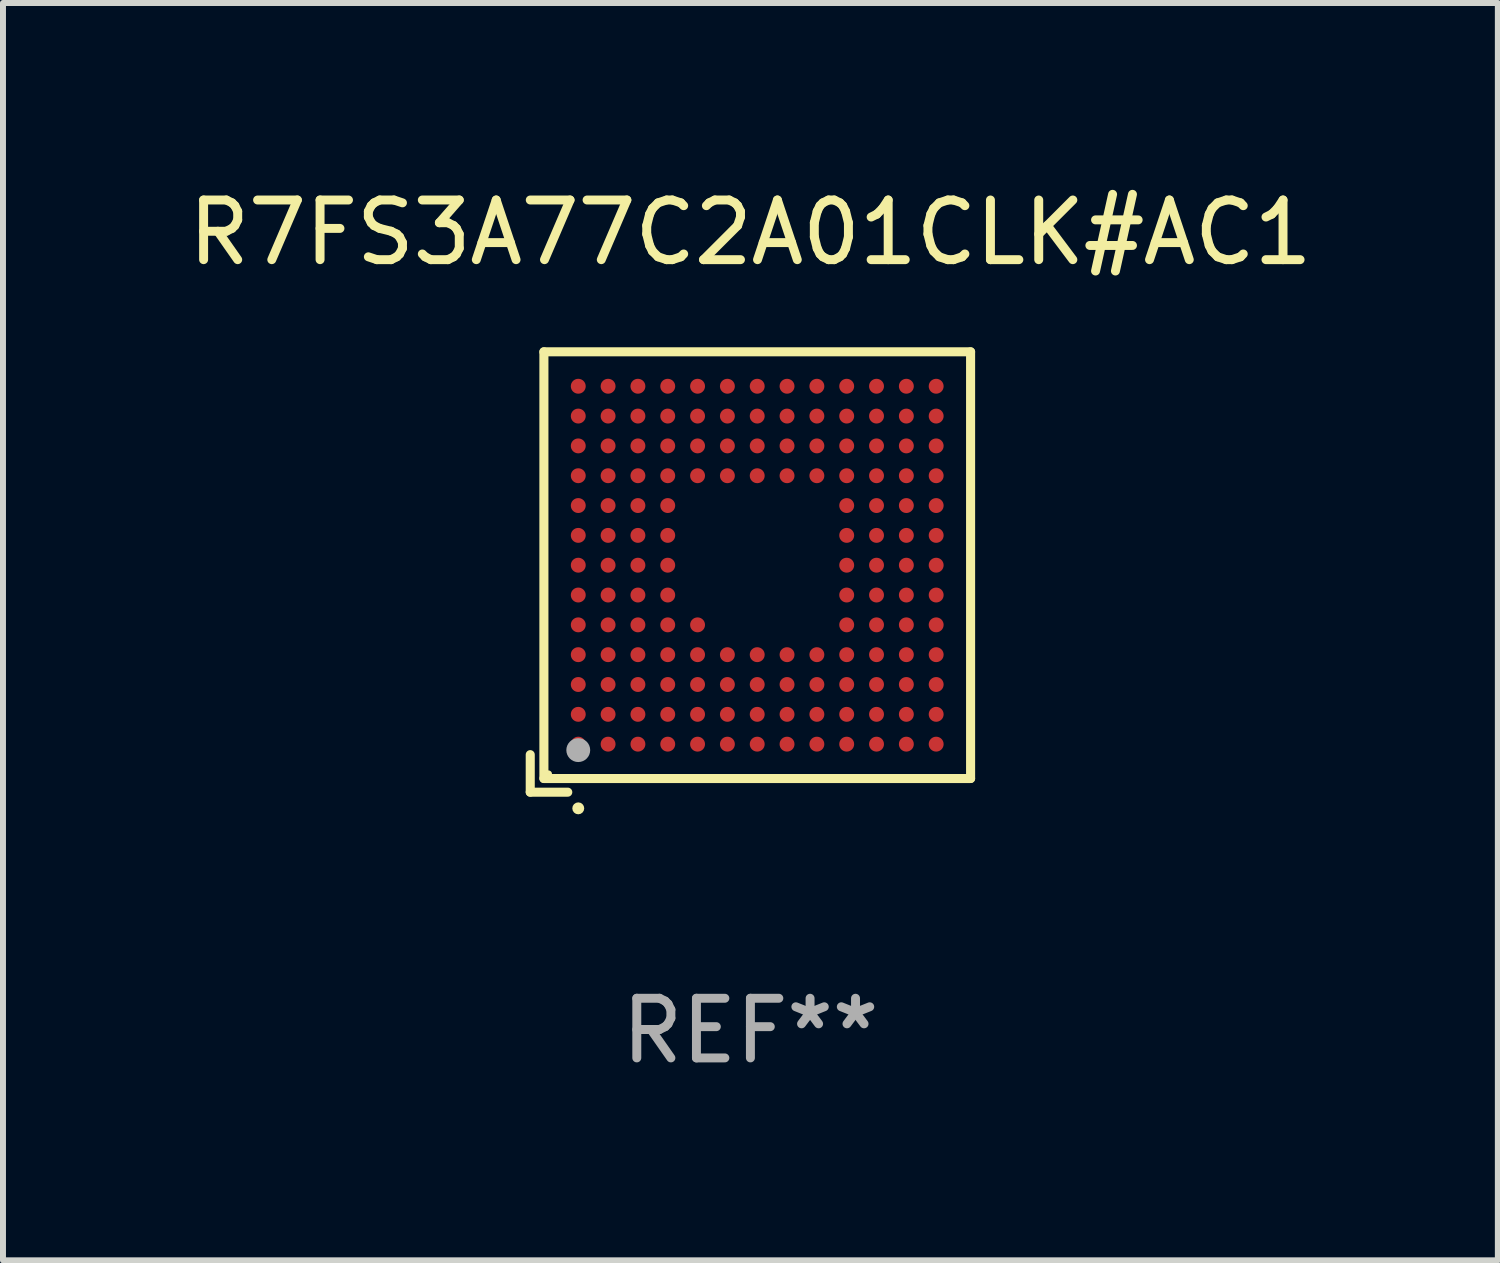
<source format=kicad_pcb>
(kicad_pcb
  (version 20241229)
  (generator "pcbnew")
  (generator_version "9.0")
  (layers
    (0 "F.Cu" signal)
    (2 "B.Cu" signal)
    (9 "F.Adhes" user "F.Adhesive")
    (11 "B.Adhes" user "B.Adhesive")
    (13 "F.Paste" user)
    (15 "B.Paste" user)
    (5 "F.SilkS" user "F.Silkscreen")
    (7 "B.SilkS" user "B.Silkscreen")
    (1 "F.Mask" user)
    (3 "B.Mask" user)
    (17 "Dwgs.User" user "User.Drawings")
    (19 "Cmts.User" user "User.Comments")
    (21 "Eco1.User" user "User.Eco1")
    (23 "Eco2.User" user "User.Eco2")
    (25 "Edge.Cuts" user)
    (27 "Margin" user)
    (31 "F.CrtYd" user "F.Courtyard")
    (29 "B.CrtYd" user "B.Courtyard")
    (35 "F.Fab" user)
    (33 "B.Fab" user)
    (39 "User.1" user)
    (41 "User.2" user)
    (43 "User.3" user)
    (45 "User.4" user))
  (footprint "R7FS3A77C2A01CLK#AC1"
    (layer "F.Cu")
    (at 9.53 6.539)
    (property "Reference" "R7FS3A77C2A01CLK#AC1" (at 0 -5.691 0) (layer "F.SilkS") (effects (font (size 1 1) (thickness 0.15))))
    (attr through_hole)
    (fp_line (start -3.691 3.062) (end -3.691 3.691) (stroke (width 0.152) (type solid)) (layer "F.SilkS"))
    (fp_line (start -3.691 3.691) (end -3.062 3.691) (stroke (width 0.152) (type solid)) (layer "F.SilkS"))
    (fp_line (start -3.462 -3.691) (end 3.691 -3.691) (stroke (width 0.152) (type solid)) (layer "F.SilkS"))
    (fp_line (start -3.462 3.462) (end -3.462 -3.691) (stroke (width 0.152) (type solid)) (layer "F.SilkS"))
    (fp_line (start 3.691 -3.691) (end 3.691 3.462) (stroke (width 0.152) (type solid)) (layer "F.SilkS"))
    (fp_line (start 3.691 3.462) (end -3.462 3.462) (stroke (width 0.152) (type solid)) (layer "F.SilkS"))
    (fp_circle (center -3.386 3.386) (end -3.356 3.386) (stroke (width 0.06) (type solid)) (fill no) (layer "F.SilkS"))
    (fp_circle (center -2.886 3.962) (end -2.836 3.962) (stroke (width 0.1) (type solid)) (fill no) (layer "F.SilkS"))
    (fp_circle (center -2.886 2.986) (end -2.786 2.986) (stroke (width 0.2) (type solid)) (fill no) (layer "F.Fab"))
    (fp_text user "REF**" (at 0 7.691 0) (layer "F.Fab") (effects (font (size 1 1) (thickness 0.15))))
    (pad "A1" smd circle (at -2.886 2.886) (size 0.25 0.25) (layers "F.Cu" "F.Mask" "F.Paste"))
    (pad "A2" smd circle (at -2.886 2.386) (size 0.25 0.25) (layers "F.Cu" "F.Mask" "F.Paste"))
    (pad "A3" smd circle (at -2.886 1.886) (size 0.25 0.25) (layers "F.Cu" "F.Mask" "F.Paste"))
    (pad "A4" smd circle (at -2.886 1.386) (size 0.25 0.25) (layers "F.Cu" "F.Mask" "F.Paste"))
    (pad "A5" smd circle (at -2.886 0.886) (size 0.25 0.25) (layers "F.Cu" "F.Mask" "F.Paste"))
    (pad "A6" smd circle (at -2.886 0.386) (size 0.25 0.25) (layers "F.Cu" "F.Mask" "F.Paste"))
    (pad "A7" smd circle (at -2.886 -0.114) (size 0.25 0.25) (layers "F.Cu" "F.Mask" "F.Paste"))
    (pad "A8" smd circle (at -2.886 -0.614) (size 0.25 0.25) (layers "F.Cu" "F.Mask" "F.Paste"))
    (pad "A9" smd circle (at -2.886 -1.114) (size 0.25 0.25) (layers "F.Cu" "F.Mask" "F.Paste"))
    (pad "A10" smd circle (at -2.886 -1.614) (size 0.25 0.25) (layers "F.Cu" "F.Mask" "F.Paste"))
    (pad "A11" smd circle (at -2.886 -2.114) (size 0.25 0.25) (layers "F.Cu" "F.Mask" "F.Paste"))
    (pad "A12" smd circle (at -2.886 -2.614) (size 0.25 0.25) (layers "F.Cu" "F.Mask" "F.Paste"))
    (pad "A13" smd circle (at -2.886 -3.114) (size 0.25 0.25) (layers "F.Cu" "F.Mask" "F.Paste"))
    (pad "B1" smd circle (at -2.386 2.886) (size 0.25 0.25) (layers "F.Cu" "F.Mask" "F.Paste"))
    (pad "B2" smd circle (at -2.386 2.386) (size 0.25 0.25) (layers "F.Cu" "F.Mask" "F.Paste"))
    (pad "B3" smd circle (at -2.386 1.886) (size 0.25 0.25) (layers "F.Cu" "F.Mask" "F.Paste"))
    (pad "B4" smd circle (at -2.386 1.386) (size 0.25 0.25) (layers "F.Cu" "F.Mask" "F.Paste"))
    (pad "B5" smd circle (at -2.386 0.886) (size 0.25 0.25) (layers "F.Cu" "F.Mask" "F.Paste"))
    (pad "B6" smd circle (at -2.386 0.386) (size 0.25 0.25) (layers "F.Cu" "F.Mask" "F.Paste"))
    (pad "B7" smd circle (at -2.386 -0.114) (size 0.25 0.25) (layers "F.Cu" "F.Mask" "F.Paste"))
    (pad "B8" smd circle (at -2.386 -0.614) (size 0.25 0.25) (layers "F.Cu" "F.Mask" "F.Paste"))
    (pad "B9" smd circle (at -2.386 -1.114) (size 0.25 0.25) (layers "F.Cu" "F.Mask" "F.Paste"))
    (pad "B10" smd circle (at -2.386 -1.614) (size 0.25 0.25) (layers "F.Cu" "F.Mask" "F.Paste"))
    (pad "B11" smd circle (at -2.386 -2.114) (size 0.25 0.25) (layers "F.Cu" "F.Mask" "F.Paste"))
    (pad "B12" smd circle (at -2.386 -2.614) (size 0.25 0.25) (layers "F.Cu" "F.Mask" "F.Paste"))
    (pad "B13" smd circle (at -2.386 -3.114) (size 0.25 0.25) (layers "F.Cu" "F.Mask" "F.Paste"))
    (pad "C1" smd circle (at -1.886 2.886) (size 0.25 0.25) (layers "F.Cu" "F.Mask" "F.Paste"))
    (pad "C2" smd circle (at -1.886 2.386) (size 0.25 0.25) (layers "F.Cu" "F.Mask" "F.Paste"))
    (pad "C3" smd circle (at -1.886 1.886) (size 0.25 0.25) (layers "F.Cu" "F.Mask" "F.Paste"))
    (pad "C4" smd circle (at -1.886 1.386) (size 0.25 0.25) (layers "F.Cu" "F.Mask" "F.Paste"))
    (pad "C5" smd circle (at -1.886 0.886) (size 0.25 0.25) (layers "F.Cu" "F.Mask" "F.Paste"))
    (pad "C6" smd circle (at -1.886 0.386) (size 0.25 0.25) (layers "F.Cu" "F.Mask" "F.Paste"))
    (pad "C7" smd circle (at -1.886 -0.114) (size 0.25 0.25) (layers "F.Cu" "F.Mask" "F.Paste"))
    (pad "C8" smd circle (at -1.886 -0.614) (size 0.25 0.25) (layers "F.Cu" "F.Mask" "F.Paste"))
    (pad "C9" smd circle (at -1.886 -1.114) (size 0.25 0.25) (layers "F.Cu" "F.Mask" "F.Paste"))
    (pad "C10" smd circle (at -1.886 -1.614) (size 0.25 0.25) (layers "F.Cu" "F.Mask" "F.Paste"))
    (pad "C11" smd circle (at -1.886 -2.114) (size 0.25 0.25) (layers "F.Cu" "F.Mask" "F.Paste"))
    (pad "C12" smd circle (at -1.886 -2.614) (size 0.25 0.25) (layers "F.Cu" "F.Mask" "F.Paste"))
    (pad "C13" smd circle (at -1.886 -3.114) (size 0.25 0.25) (layers "F.Cu" "F.Mask" "F.Paste"))
    (pad "D1" smd circle (at -1.386 2.886) (size 0.25 0.25) (layers "F.Cu" "F.Mask" "F.Paste"))
    (pad "D2" smd circle (at -1.386 2.386) (size 0.25 0.25) (layers "F.Cu" "F.Mask" "F.Paste"))
    (pad "D3" smd circle (at -1.386 1.886) (size 0.25 0.25) (layers "F.Cu" "F.Mask" "F.Paste"))
    (pad "D4" smd circle (at -1.386 1.386) (size 0.25 0.25) (layers "F.Cu" "F.Mask" "F.Paste"))
    (pad "D5" smd circle (at -1.386 0.886) (size 0.25 0.25) (layers "F.Cu" "F.Mask" "F.Paste"))
    (pad "D6" smd circle (at -1.386 0.386) (size 0.25 0.25) (layers "F.Cu" "F.Mask" "F.Paste"))
    (pad "D7" smd circle (at -1.386 -0.114) (size 0.25 0.25) (layers "F.Cu" "F.Mask" "F.Paste"))
    (pad "D8" smd circle (at -1.386 -0.614) (size 0.25 0.25) (layers "F.Cu" "F.Mask" "F.Paste"))
    (pad "D9" smd circle (at -1.386 -1.114) (size 0.25 0.25) (layers "F.Cu" "F.Mask" "F.Paste"))
    (pad "D10" smd circle (at -1.386 -1.614) (size 0.25 0.25) (layers "F.Cu" "F.Mask" "F.Paste"))
    (pad "D11" smd circle (at -1.386 -2.114) (size 0.25 0.25) (layers "F.Cu" "F.Mask" "F.Paste"))
    (pad "D12" smd circle (at -1.386 -2.614) (size 0.25 0.25) (layers "F.Cu" "F.Mask" "F.Paste"))
    (pad "D13" smd circle (at -1.386 -3.114) (size 0.25 0.25) (layers "F.Cu" "F.Mask" "F.Paste"))
    (pad "E1" smd circle (at -0.886 2.886) (size 0.25 0.25) (layers "F.Cu" "F.Mask" "F.Paste"))
    (pad "E2" smd circle (at -0.886 2.386) (size 0.25 0.25) (layers "F.Cu" "F.Mask" "F.Paste"))
    (pad "E3" smd circle (at -0.886 1.886) (size 0.25 0.25) (layers "F.Cu" "F.Mask" "F.Paste"))
    (pad "E4" smd circle (at -0.886 1.386) (size 0.25 0.25) (layers "F.Cu" "F.Mask" "F.Paste"))
    (pad "E5" smd circle (at -0.886 0.886) (size 0.25 0.25) (layers "F.Cu" "F.Mask" "F.Paste"))
    (pad "E10" smd circle (at -0.886 -1.614) (size 0.25 0.25) (layers "F.Cu" "F.Mask" "F.Paste"))
    (pad "E11" smd circle (at -0.886 -2.114) (size 0.25 0.25) (layers "F.Cu" "F.Mask" "F.Paste"))
    (pad "E12" smd circle (at -0.886 -2.614) (size 0.25 0.25) (layers "F.Cu" "F.Mask" "F.Paste"))
    (pad "E13" smd circle (at -0.886 -3.114) (size 0.25 0.25) (layers "F.Cu" "F.Mask" "F.Paste"))
    (pad "F1" smd circle (at -0.386 2.886) (size 0.25 0.25) (layers "F.Cu" "F.Mask" "F.Paste"))
    (pad "F2" smd circle (at -0.386 2.386) (size 0.25 0.25) (layers "F.Cu" "F.Mask" "F.Paste"))
    (pad "F3" smd circle (at -0.386 1.886) (size 0.25 0.25) (layers "F.Cu" "F.Mask" "F.Paste"))
    (pad "F4" smd circle (at -0.386 1.386) (size 0.25 0.25) (layers "F.Cu" "F.Mask" "F.Paste"))
    (pad "F10" smd circle (at -0.386 -1.614) (size 0.25 0.25) (layers "F.Cu" "F.Mask" "F.Paste"))
    (pad "F11" smd circle (at -0.386 -2.114) (size 0.25 0.25) (layers "F.Cu" "F.Mask" "F.Paste"))
    (pad "F12" smd circle (at -0.386 -2.614) (size 0.25 0.25) (layers "F.Cu" "F.Mask" "F.Paste"))
    (pad "F13" smd circle (at -0.386 -3.114) (size 0.25 0.25) (layers "F.Cu" "F.Mask" "F.Paste"))
    (pad "G1" smd circle (at 0.114 2.886) (size 0.25 0.25) (layers "F.Cu" "F.Mask" "F.Paste"))
    (pad "G2" smd circle (at 0.114 2.386) (size 0.25 0.25) (layers "F.Cu" "F.Mask" "F.Paste"))
    (pad "G3" smd circle (at 0.114 1.886) (size 0.25 0.25) (layers "F.Cu" "F.Mask" "F.Paste"))
    (pad "G4" smd circle (at 0.114 1.386) (size 0.25 0.25) (layers "F.Cu" "F.Mask" "F.Paste"))
    (pad "G10" smd circle (at 0.114 -1.614) (size 0.25 0.25) (layers "F.Cu" "F.Mask" "F.Paste"))
    (pad "G11" smd circle (at 0.114 -2.114) (size 0.25 0.25) (layers "F.Cu" "F.Mask" "F.Paste"))
    (pad "G12" smd circle (at 0.114 -2.614) (size 0.25 0.25) (layers "F.Cu" "F.Mask" "F.Paste"))
    (pad "G13" smd circle (at 0.114 -3.114) (size 0.25 0.25) (layers "F.Cu" "F.Mask" "F.Paste"))
    (pad "H1" smd circle (at 0.614 2.886) (size 0.25 0.25) (layers "F.Cu" "F.Mask" "F.Paste"))
    (pad "H2" smd circle (at 0.614 2.386) (size 0.25 0.25) (layers "F.Cu" "F.Mask" "F.Paste"))
    (pad "H3" smd circle (at 0.614 1.886) (size 0.25 0.25) (layers "F.Cu" "F.Mask" "F.Paste"))
    (pad "H4" smd circle (at 0.614 1.386) (size 0.25 0.25) (layers "F.Cu" "F.Mask" "F.Paste"))
    (pad "H10" smd circle (at 0.614 -1.614) (size 0.25 0.25) (layers "F.Cu" "F.Mask" "F.Paste"))
    (pad "H11" smd circle (at 0.614 -2.114) (size 0.25 0.25) (layers "F.Cu" "F.Mask" "F.Paste"))
    (pad "H12" smd circle (at 0.614 -2.614) (size 0.25 0.25) (layers "F.Cu" "F.Mask" "F.Paste"))
    (pad "H13" smd circle (at 0.614 -3.114) (size 0.25 0.25) (layers "F.Cu" "F.Mask" "F.Paste"))
    (pad "J1" smd circle (at 1.114 2.886) (size 0.25 0.25) (layers "F.Cu" "F.Mask" "F.Paste"))
    (pad "J2" smd circle (at 1.114 2.386) (size 0.25 0.25) (layers "F.Cu" "F.Mask" "F.Paste"))
    (pad "J3" smd circle (at 1.114 1.886) (size 0.25 0.25) (layers "F.Cu" "F.Mask" "F.Paste"))
    (pad "J4" smd circle (at 1.114 1.386) (size 0.25 0.25) (layers "F.Cu" "F.Mask" "F.Paste"))
    (pad "J10" smd circle (at 1.114 -1.614) (size 0.25 0.25) (layers "F.Cu" "F.Mask" "F.Paste"))
    (pad "J11" smd circle (at 1.114 -2.114) (size 0.25 0.25) (layers "F.Cu" "F.Mask" "F.Paste"))
    (pad "J12" smd circle (at 1.114 -2.614) (size 0.25 0.25) (layers "F.Cu" "F.Mask" "F.Paste"))
    (pad "J13" smd circle (at 1.114 -3.114) (size 0.25 0.25) (layers "F.Cu" "F.Mask" "F.Paste"))
    (pad "K1" smd circle (at 1.614 2.886) (size 0.25 0.25) (layers "F.Cu" "F.Mask" "F.Paste"))
    (pad "K2" smd circle (at 1.614 2.386) (size 0.25 0.25) (layers "F.Cu" "F.Mask" "F.Paste"))
    (pad "K3" smd circle (at 1.614 1.886) (size 0.25 0.25) (layers "F.Cu" "F.Mask" "F.Paste"))
    (pad "K4" smd circle (at 1.614 1.386) (size 0.25 0.25) (layers "F.Cu" "F.Mask" "F.Paste"))
    (pad "K5" smd circle (at 1.614 0.886) (size 0.25 0.25) (layers "F.Cu" "F.Mask" "F.Paste"))
    (pad "K6" smd circle (at 1.614 0.386) (size 0.25 0.25) (layers "F.Cu" "F.Mask" "F.Paste"))
    (pad "K7" smd circle (at 1.614 -0.114) (size 0.25 0.25) (layers "F.Cu" "F.Mask" "F.Paste"))
    (pad "K8" smd circle (at 1.614 -0.614) (size 0.25 0.25) (layers "F.Cu" "F.Mask" "F.Paste"))
    (pad "K9" smd circle (at 1.614 -1.114) (size 0.25 0.25) (layers "F.Cu" "F.Mask" "F.Paste"))
    (pad "K10" smd circle (at 1.614 -1.614) (size 0.25 0.25) (layers "F.Cu" "F.Mask" "F.Paste"))
    (pad "K11" smd circle (at 1.614 -2.114) (size 0.25 0.25) (layers "F.Cu" "F.Mask" "F.Paste"))
    (pad "K12" smd circle (at 1.614 -2.614) (size 0.25 0.25) (layers "F.Cu" "F.Mask" "F.Paste"))
    (pad "K13" smd circle (at 1.614 -3.114) (size 0.25 0.25) (layers "F.Cu" "F.Mask" "F.Paste"))
    (pad "L1" smd circle (at 2.114 2.886) (size 0.25 0.25) (layers "F.Cu" "F.Mask" "F.Paste"))
    (pad "L2" smd circle (at 2.114 2.386) (size 0.25 0.25) (layers "F.Cu" "F.Mask" "F.Paste"))
    (pad "L3" smd circle (at 2.114 1.886) (size 0.25 0.25) (layers "F.Cu" "F.Mask" "F.Paste"))
    (pad "L4" smd circle (at 2.114 1.386) (size 0.25 0.25) (layers "F.Cu" "F.Mask" "F.Paste"))
    (pad "L5" smd circle (at 2.114 0.886) (size 0.25 0.25) (layers "F.Cu" "F.Mask" "F.Paste"))
    (pad "L6" smd circle (at 2.114 0.386) (size 0.25 0.25) (layers "F.Cu" "F.Mask" "F.Paste"))
    (pad "L7" smd circle (at 2.114 -0.114) (size 0.25 0.25) (layers "F.Cu" "F.Mask" "F.Paste"))
    (pad "L8" smd circle (at 2.114 -0.614) (size 0.25 0.25) (layers "F.Cu" "F.Mask" "F.Paste"))
    (pad "L9" smd circle (at 2.114 -1.114) (size 0.25 0.25) (layers "F.Cu" "F.Mask" "F.Paste"))
    (pad "L10" smd circle (at 2.114 -1.614) (size 0.25 0.25) (layers "F.Cu" "F.Mask" "F.Paste"))
    (pad "L11" smd circle (at 2.114 -2.114) (size 0.25 0.25) (layers "F.Cu" "F.Mask" "F.Paste"))
    (pad "L12" smd circle (at 2.114 -2.614) (size 0.25 0.25) (layers "F.Cu" "F.Mask" "F.Paste"))
    (pad "L13" smd circle (at 2.114 -3.114) (size 0.25 0.25) (layers "F.Cu" "F.Mask" "F.Paste"))
    (pad "M1" smd circle (at 2.614 2.886) (size 0.25 0.25) (layers "F.Cu" "F.Mask" "F.Paste"))
    (pad "M2" smd circle (at 2.614 2.386) (size 0.25 0.25) (layers "F.Cu" "F.Mask" "F.Paste"))
    (pad "M3" smd circle (at 2.614 1.886) (size 0.25 0.25) (layers "F.Cu" "F.Mask" "F.Paste"))
    (pad "M4" smd circle (at 2.614 1.386) (size 0.25 0.25) (layers "F.Cu" "F.Mask" "F.Paste"))
    (pad "M5" smd circle (at 2.614 0.886) (size 0.25 0.25) (layers "F.Cu" "F.Mask" "F.Paste"))
    (pad "M6" smd circle (at 2.614 0.386) (size 0.25 0.25) (layers "F.Cu" "F.Mask" "F.Paste"))
    (pad "M7" smd circle (at 2.614 -0.114) (size 0.25 0.25) (layers "F.Cu" "F.Mask" "F.Paste"))
    (pad "M8" smd circle (at 2.614 -0.614) (size 0.25 0.25) (layers "F.Cu" "F.Mask" "F.Paste"))
    (pad "M9" smd circle (at 2.614 -1.114) (size 0.25 0.25) (layers "F.Cu" "F.Mask" "F.Paste"))
    (pad "M10" smd circle (at 2.614 -1.614) (size 0.25 0.25) (layers "F.Cu" "F.Mask" "F.Paste"))
    (pad "M11" smd circle (at 2.614 -2.114) (size 0.25 0.25) (layers "F.Cu" "F.Mask" "F.Paste"))
    (pad "M12" smd circle (at 2.614 -2.614) (size 0.25 0.25) (layers "F.Cu" "F.Mask" "F.Paste"))
    (pad "M13" smd circle (at 2.614 -3.114) (size 0.25 0.25) (layers "F.Cu" "F.Mask" "F.Paste"))
    (pad "N1" smd circle (at 3.114 2.886) (size 0.25 0.25) (layers "F.Cu" "F.Mask" "F.Paste"))
    (pad "N2" smd circle (at 3.114 2.386) (size 0.25 0.25) (layers "F.Cu" "F.Mask" "F.Paste"))
    (pad "N3" smd circle (at 3.114 1.886) (size 0.25 0.25) (layers "F.Cu" "F.Mask" "F.Paste"))
    (pad "N4" smd circle (at 3.114 1.386) (size 0.25 0.25) (layers "F.Cu" "F.Mask" "F.Paste"))
    (pad "N5" smd circle (at 3.114 0.886) (size 0.25 0.25) (layers "F.Cu" "F.Mask" "F.Paste"))
    (pad "N6" smd circle (at 3.114 0.386) (size 0.25 0.25) (layers "F.Cu" "F.Mask" "F.Paste"))
    (pad "N7" smd circle (at 3.114 -0.114) (size 0.25 0.25) (layers "F.Cu" "F.Mask" "F.Paste"))
    (pad "N8" smd circle (at 3.114 -0.614) (size 0.25 0.25) (layers "F.Cu" "F.Mask" "F.Paste"))
    (pad "N9" smd circle (at 3.114 -1.114) (size 0.25 0.25) (layers "F.Cu" "F.Mask" "F.Paste"))
    (pad "N10" smd circle (at 3.114 -1.614) (size 0.25 0.25) (layers "F.Cu" "F.Mask" "F.Paste"))
    (pad "N11" smd circle (at 3.114 -2.114) (size 0.25 0.25) (layers "F.Cu" "F.Mask" "F.Paste"))
    (pad "N12" smd circle (at 3.114 -2.614) (size 0.25 0.25) (layers "F.Cu" "F.Mask" "F.Paste"))
    (pad "N13" smd circle (at 3.114 -3.114) (size 0.25 0.25) (layers "F.Cu" "F.Mask" "F.Paste")))
  (gr_rect
    (start -3 -3)
    (end 22.06 18.078)
    (stroke (width 0.1) (type default))
    (fill no)
    (layer "Edge.Cuts")))
</source>
